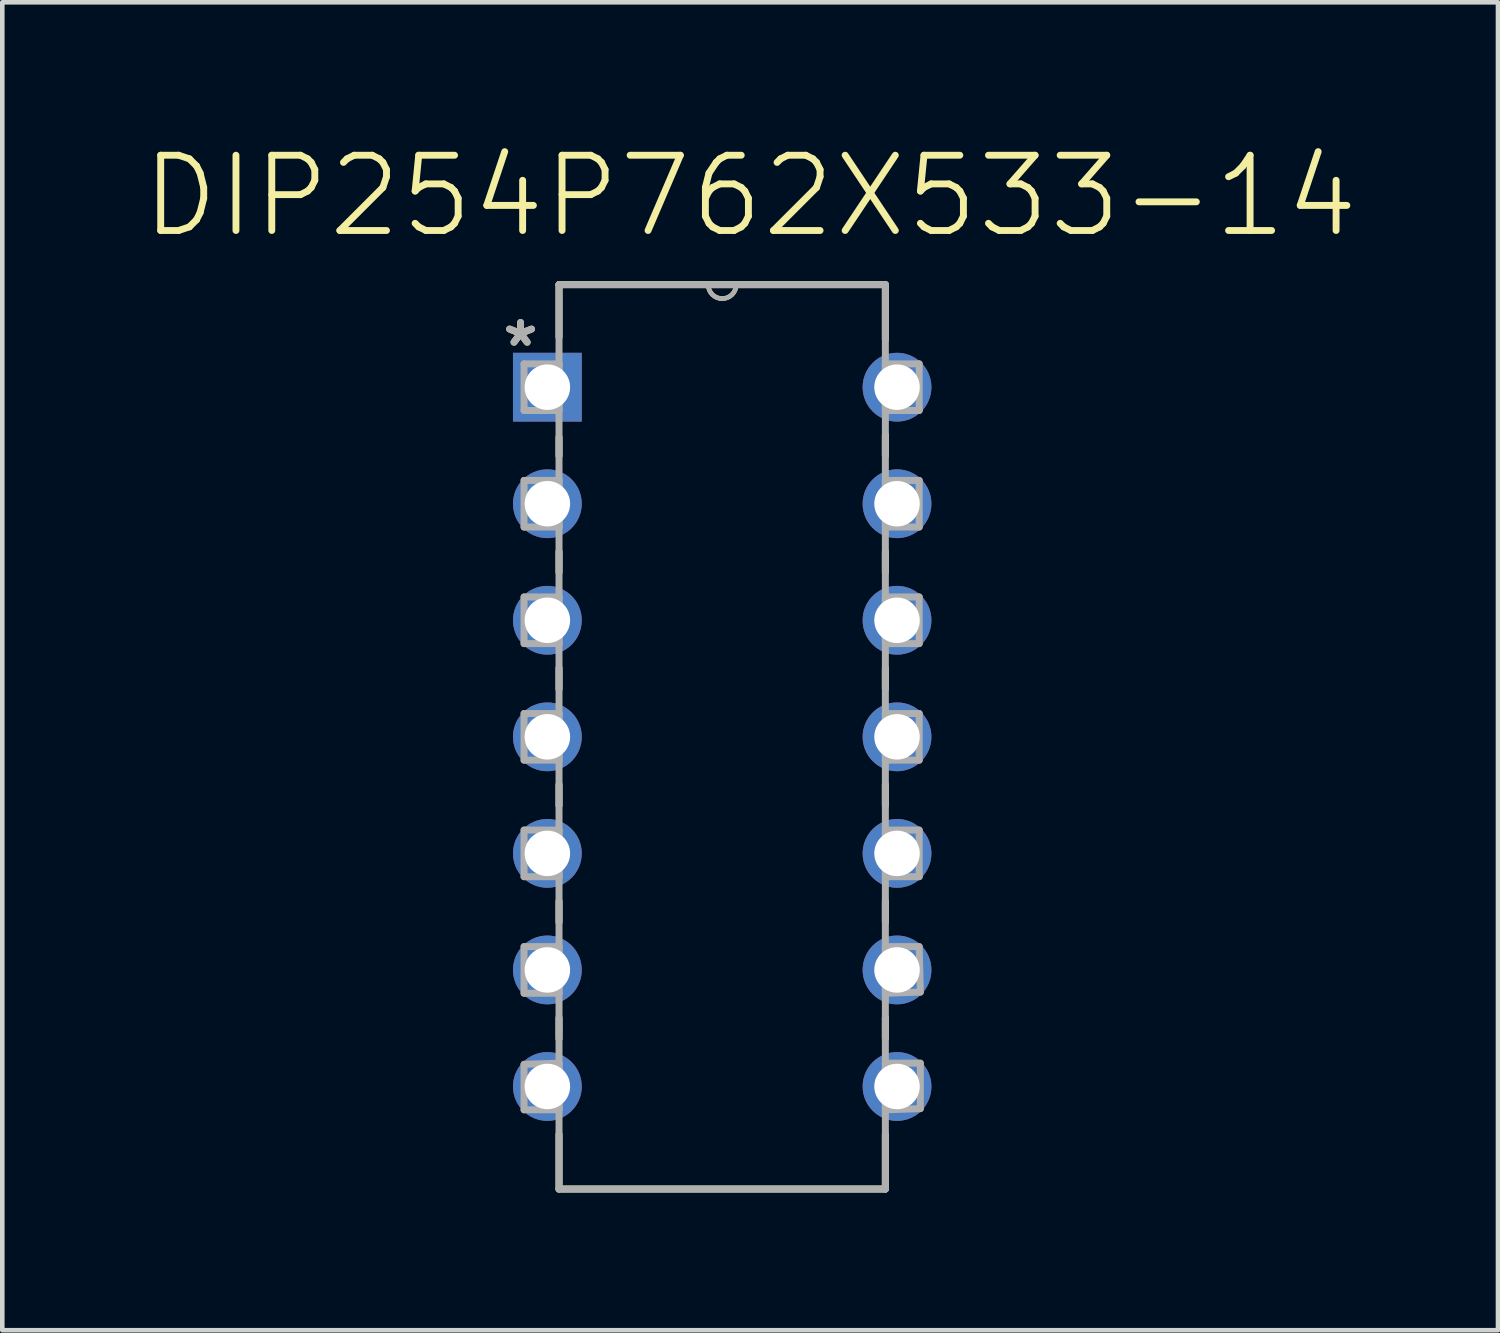
<source format=kicad_pcb>
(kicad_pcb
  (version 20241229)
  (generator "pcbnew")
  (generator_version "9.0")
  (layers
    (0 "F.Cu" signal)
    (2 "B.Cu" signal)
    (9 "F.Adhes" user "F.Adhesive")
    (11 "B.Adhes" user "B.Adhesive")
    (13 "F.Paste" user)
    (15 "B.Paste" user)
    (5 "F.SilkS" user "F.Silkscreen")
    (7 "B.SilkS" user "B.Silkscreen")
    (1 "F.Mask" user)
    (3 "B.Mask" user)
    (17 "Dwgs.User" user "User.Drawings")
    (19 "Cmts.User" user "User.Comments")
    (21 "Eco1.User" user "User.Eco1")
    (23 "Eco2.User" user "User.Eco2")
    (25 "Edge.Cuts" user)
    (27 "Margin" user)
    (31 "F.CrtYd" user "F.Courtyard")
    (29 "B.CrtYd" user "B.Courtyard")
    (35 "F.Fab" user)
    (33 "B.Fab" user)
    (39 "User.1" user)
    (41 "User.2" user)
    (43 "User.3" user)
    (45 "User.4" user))
  (footprint "DIP254P762X533-14"
    (layer "F.Cu")
    (at 16.499 20.628)
    (property "Reference" "DIP254P762X533-14" (at -3.2 -19.406 0) (layer "F.SilkS") (effects (font (size 1.64 1.64) (thickness 0.15))))
    (attr through_hole)
    (fp_line (start -7.366 -17.475) (end -7.366 -16.332) (stroke (width 0.152) (type solid)) (layer "F.SilkS"))
    (fp_line (start -7.366 -14.148) (end -7.366 -13.741) (stroke (width 0.152) (type solid)) (layer "F.SilkS"))
    (fp_line (start -7.366 -11.659) (end -7.366 -11.201) (stroke (width 0.152) (type solid)) (layer "F.SilkS"))
    (fp_line (start -7.366 -9.119) (end -7.366 -8.661) (stroke (width 0.152) (type solid)) (layer "F.SilkS"))
    (fp_line (start -7.366 -6.579) (end -7.366 -6.121) (stroke (width 0.152) (type solid)) (layer "F.SilkS"))
    (fp_line (start -7.366 -4.039) (end -7.366 -3.581) (stroke (width 0.152) (type solid)) (layer "F.SilkS"))
    (fp_line (start -7.366 -1.499) (end -7.366 -1.041) (stroke (width 0.152) (type solid)) (layer "F.SilkS"))
    (fp_line (start -7.366 1.041) (end -7.366 2.235) (stroke (width 0.152) (type solid)) (layer "F.SilkS"))
    (fp_line (start -7.366 2.235) (end -0.254 2.235) (stroke (width 0.152) (type solid)) (layer "F.SilkS"))
    (fp_line (start -4.115 -17.475) (end -7.366 -17.475) (stroke (width 0.152) (type solid)) (layer "F.SilkS"))
    (fp_line (start -3.505 -17.475) (end -4.115 -17.475) (stroke (width 0.152) (type solid)) (layer "F.SilkS"))
    (fp_line (start -0.254 -17.475) (end -3.505 -17.475) (stroke (width 0.152) (type solid)) (layer "F.SilkS"))
    (fp_line (start -0.254 -16.281) (end -0.254 -17.475) (stroke (width 0.152) (type solid)) (layer "F.SilkS"))
    (fp_line (start -0.254 -13.741) (end -0.254 -14.199) (stroke (width 0.152) (type solid)) (layer "F.SilkS"))
    (fp_line (start -0.254 -11.201) (end -0.254 -11.659) (stroke (width 0.152) (type solid)) (layer "F.SilkS"))
    (fp_line (start -0.254 -8.661) (end -0.254 -9.119) (stroke (width 0.152) (type solid)) (layer "F.SilkS"))
    (fp_line (start -0.254 -6.121) (end -0.254 -6.579) (stroke (width 0.152) (type solid)) (layer "F.SilkS"))
    (fp_line (start -0.254 -3.581) (end -0.254 -4.039) (stroke (width 0.152) (type solid)) (layer "F.SilkS"))
    (fp_line (start -0.254 -1.041) (end -0.254 -1.499) (stroke (width 0.152) (type solid)) (layer "F.SilkS"))
    (fp_line (start -0.254 2.235) (end -0.254 1.041) (stroke (width 0.152) (type solid)) (layer "F.SilkS"))
    (fp_arc (start -3.5052 -17.4752) (mid -3.81 -17.1704) (end -4.1148 -17.4752) (stroke (width 0.1) (type solid)) (layer "F.SilkS"))
    (fp_line (start -8.128 -15.748) (end -8.128 -14.732) (stroke (width 0.152) (type solid)) (layer "F.Fab"))
    (fp_line (start -8.128 -14.732) (end -7.366 -14.732) (stroke (width 0.152) (type solid)) (layer "F.Fab"))
    (fp_line (start -8.128 -13.208) (end -8.128 -12.192) (stroke (width 0.152) (type solid)) (layer "F.Fab"))
    (fp_line (start -8.128 -12.192) (end -7.366 -12.192) (stroke (width 0.152) (type solid)) (layer "F.Fab"))
    (fp_line (start -8.128 -10.668) (end -8.128 -9.652) (stroke (width 0.152) (type solid)) (layer "F.Fab"))
    (fp_line (start -8.128 -9.652) (end -7.366 -9.652) (stroke (width 0.152) (type solid)) (layer "F.Fab"))
    (fp_line (start -8.128 -8.128) (end -8.128 -7.112) (stroke (width 0.152) (type solid)) (layer "F.Fab"))
    (fp_line (start -8.128 -7.112) (end -7.366 -7.112) (stroke (width 0.152) (type solid)) (layer "F.Fab"))
    (fp_line (start -8.128 -5.588) (end -8.128 -4.572) (stroke (width 0.152) (type solid)) (layer "F.Fab"))
    (fp_line (start -8.128 -4.572) (end -7.366 -4.572) (stroke (width 0.152) (type solid)) (layer "F.Fab"))
    (fp_line (start -8.128 -3.048) (end -8.128 -2.032) (stroke (width 0.152) (type solid)) (layer "F.Fab"))
    (fp_line (start -8.128 -2.032) (end -7.366 -2.032) (stroke (width 0.152) (type solid)) (layer "F.Fab"))
    (fp_line (start -8.128 -0.483) (end -8.128 0.508) (stroke (width 0.152) (type solid)) (layer "F.Fab"))
    (fp_line (start -8.128 0.508) (end -7.366 0.508) (stroke (width 0.152) (type solid)) (layer "F.Fab"))
    (fp_line (start -7.366 -17.475) (end -7.366 2.235) (stroke (width 0.152) (type solid)) (layer "F.Fab"))
    (fp_line (start -7.366 -15.748) (end -8.128 -15.748) (stroke (width 0.152) (type solid)) (layer "F.Fab"))
    (fp_line (start -7.366 -14.732) (end -7.366 -15.748) (stroke (width 0.152) (type solid)) (layer "F.Fab"))
    (fp_line (start -7.366 -13.208) (end -8.128 -13.208) (stroke (width 0.152) (type solid)) (layer "F.Fab"))
    (fp_line (start -7.366 -12.192) (end -7.366 -13.208) (stroke (width 0.152) (type solid)) (layer "F.Fab"))
    (fp_line (start -7.366 -10.668) (end -8.128 -10.668) (stroke (width 0.152) (type solid)) (layer "F.Fab"))
    (fp_line (start -7.366 -9.652) (end -7.366 -10.668) (stroke (width 0.152) (type solid)) (layer "F.Fab"))
    (fp_line (start -7.366 -8.128) (end -8.128 -8.128) (stroke (width 0.152) (type solid)) (layer "F.Fab"))
    (fp_line (start -7.366 -7.112) (end -7.366 -8.128) (stroke (width 0.152) (type solid)) (layer "F.Fab"))
    (fp_line (start -7.366 -5.588) (end -8.128 -5.588) (stroke (width 0.152) (type solid)) (layer "F.Fab"))
    (fp_line (start -7.366 -4.572) (end -7.366 -5.588) (stroke (width 0.152) (type solid)) (layer "F.Fab"))
    (fp_line (start -7.366 -3.048) (end -8.128 -3.048) (stroke (width 0.152) (type solid)) (layer "F.Fab"))
    (fp_line (start -7.366 -2.032) (end -7.366 -3.048) (stroke (width 0.152) (type solid)) (layer "F.Fab"))
    (fp_line (start -7.366 -0.508) (end -8.128 -0.483) (stroke (width 0.152) (type solid)) (layer "F.Fab"))
    (fp_line (start -7.366 0.508) (end -7.366 -0.508) (stroke (width 0.152) (type solid)) (layer "F.Fab"))
    (fp_line (start -7.366 2.235) (end -0.254 2.235) (stroke (width 0.152) (type solid)) (layer "F.Fab"))
    (fp_line (start -4.115 -17.475) (end -7.366 -17.475) (stroke (width 0.152) (type solid)) (layer "F.Fab"))
    (fp_line (start -3.505 -17.475) (end -4.115 -17.475) (stroke (width 0.152) (type solid)) (layer "F.Fab"))
    (fp_line (start -0.254 -17.475) (end -3.505 -17.475) (stroke (width 0.152) (type solid)) (layer "F.Fab"))
    (fp_line (start -0.254 -15.748) (end -0.254 -14.732) (stroke (width 0.152) (type solid)) (layer "F.Fab"))
    (fp_line (start -0.254 -14.732) (end 0.483 -14.732) (stroke (width 0.152) (type solid)) (layer "F.Fab"))
    (fp_line (start -0.254 -13.208) (end -0.254 -12.192) (stroke (width 0.152) (type solid)) (layer "F.Fab"))
    (fp_line (start -0.254 -12.192) (end 0.483 -12.192) (stroke (width 0.152) (type solid)) (layer "F.Fab"))
    (fp_line (start -0.254 -10.668) (end -0.254 -9.652) (stroke (width 0.152) (type solid)) (layer "F.Fab"))
    (fp_line (start -0.254 -9.652) (end 0.483 -9.652) (stroke (width 0.152) (type solid)) (layer "F.Fab"))
    (fp_line (start -0.254 -8.128) (end -0.254 -7.112) (stroke (width 0.152) (type solid)) (layer "F.Fab"))
    (fp_line (start -0.254 -7.112) (end 0.483 -7.112) (stroke (width 0.152) (type solid)) (layer "F.Fab"))
    (fp_line (start -0.254 -5.588) (end -0.254 -4.572) (stroke (width 0.152) (type solid)) (layer "F.Fab"))
    (fp_line (start -0.254 -4.572) (end 0.483 -4.572) (stroke (width 0.152) (type solid)) (layer "F.Fab"))
    (fp_line (start -0.254 -3.048) (end -0.254 -2.032) (stroke (width 0.152) (type solid)) (layer "F.Fab"))
    (fp_line (start -0.254 -2.032) (end 0.508 -2.057) (stroke (width 0.152) (type solid)) (layer "F.Fab"))
    (fp_line (start -0.254 -0.508) (end -0.254 0.508) (stroke (width 0.152) (type solid)) (layer "F.Fab"))
    (fp_line (start -0.254 0.508) (end 0.508 0.483) (stroke (width 0.152) (type solid)) (layer "F.Fab"))
    (fp_line (start -0.254 2.235) (end -0.254 -17.475) (stroke (width 0.152) (type solid)) (layer "F.Fab"))
    (fp_line (start 0.483 -15.748) (end -0.254 -15.748) (stroke (width 0.152) (type solid)) (layer "F.Fab"))
    (fp_line (start 0.483 -14.732) (end 0.483 -15.748) (stroke (width 0.152) (type solid)) (layer "F.Fab"))
    (fp_line (start 0.483 -13.208) (end -0.254 -13.208) (stroke (width 0.152) (type solid)) (layer "F.Fab"))
    (fp_line (start 0.483 -12.192) (end 0.483 -13.208) (stroke (width 0.152) (type solid)) (layer "F.Fab"))
    (fp_line (start 0.483 -10.668) (end -0.254 -10.668) (stroke (width 0.152) (type solid)) (layer "F.Fab"))
    (fp_line (start 0.483 -9.652) (end 0.483 -10.668) (stroke (width 0.152) (type solid)) (layer "F.Fab"))
    (fp_line (start 0.483 -8.128) (end -0.254 -8.128) (stroke (width 0.152) (type solid)) (layer "F.Fab"))
    (fp_line (start 0.483 -7.112) (end 0.483 -8.128) (stroke (width 0.152) (type solid)) (layer "F.Fab"))
    (fp_line (start 0.483 -5.588) (end -0.254 -5.588) (stroke (width 0.152) (type solid)) (layer "F.Fab"))
    (fp_line (start 0.483 -4.572) (end 0.483 -5.588) (stroke (width 0.152) (type solid)) (layer "F.Fab"))
    (fp_line (start 0.483 -3.048) (end -0.254 -3.048) (stroke (width 0.152) (type solid)) (layer "F.Fab"))
    (fp_line (start 0.508 -2.057) (end 0.483 -3.048) (stroke (width 0.152) (type solid)) (layer "F.Fab"))
    (fp_line (start 0.508 -0.508) (end -0.254 -0.508) (stroke (width 0.152) (type solid)) (layer "F.Fab"))
    (fp_line (start 0.508 0.483) (end 0.508 -0.508) (stroke (width 0.152) (type solid)) (layer "F.Fab"))
    (fp_arc (start -3.5052 -17.4752) (mid -3.81 -17.1704) (end -4.1148 -17.4752) (stroke (width 0.1) (type solid)) (layer "F.Fab"))
    (fp_text user "*" (at -8.204 -16.104 0) (layer "F.SilkS") (effects (font (size 1 1) (thickness 0.15))))
    (fp_text user "*" (at -8.204 -16.104 0) (layer "F.Fab") (effects (font (size 1 1) (thickness 0.15))))
    (pad "1" thru_hole rect (at -7.62 -15.24) (size 1.499 1.499) (drill 0.991) (layers "*.Cu" "*.Mask"))
    (pad "2" thru_hole circle (at -7.62 -12.7) (size 1.499 1.499) (drill 0.991) (layers "*.Cu" "*.Mask"))
    (pad "3" thru_hole circle (at -7.62 -10.16) (size 1.499 1.499) (drill 0.991) (layers "*.Cu" "*.Mask"))
    (pad "4" thru_hole circle (at -7.62 -7.62) (size 1.499 1.499) (drill 0.991) (layers "*.Cu" "*.Mask"))
    (pad "5" thru_hole circle (at -7.62 -5.08) (size 1.499 1.499) (drill 0.991) (layers "*.Cu" "*.Mask"))
    (pad "6" thru_hole circle (at -7.62 -2.54) (size 1.499 1.499) (drill 0.991) (layers "*.Cu" "*.Mask"))
    (pad "7" thru_hole circle (at -7.62 0) (size 1.499 1.499) (drill 0.991) (layers "*.Cu" "*.Mask"))
    (pad "8" thru_hole circle (at 0 0) (size 1.499 1.499) (drill 0.991) (layers "*.Cu" "*.Mask"))
    (pad "9" thru_hole circle (at 0 -2.54) (size 1.499 1.499) (drill 0.991) (layers "*.Cu" "*.Mask"))
    (pad "10" thru_hole circle (at 0 -5.08) (size 1.499 1.499) (drill 0.991) (layers "*.Cu" "*.Mask"))
    (pad "11" thru_hole circle (at 0 -7.62) (size 1.499 1.499) (drill 0.991) (layers "*.Cu" "*.Mask"))
    (pad "12" thru_hole circle (at 0 -10.16) (size 1.499 1.499) (drill 0.991) (layers "*.Cu" "*.Mask"))
    (pad "13" thru_hole circle (at 0 -12.7) (size 1.499 1.499) (drill 0.991) (layers "*.Cu" "*.Mask"))
    (pad "14" thru_hole circle (at 0 -15.24) (size 1.499 1.499) (drill 0.991) (layers "*.Cu" "*.Mask")))
  (gr_rect
    (start -3 -3)
    (end 29.596 25.94)
    (stroke (width 0.1) (type default))
    (fill no)
    (layer "Edge.Cuts")))
</source>
